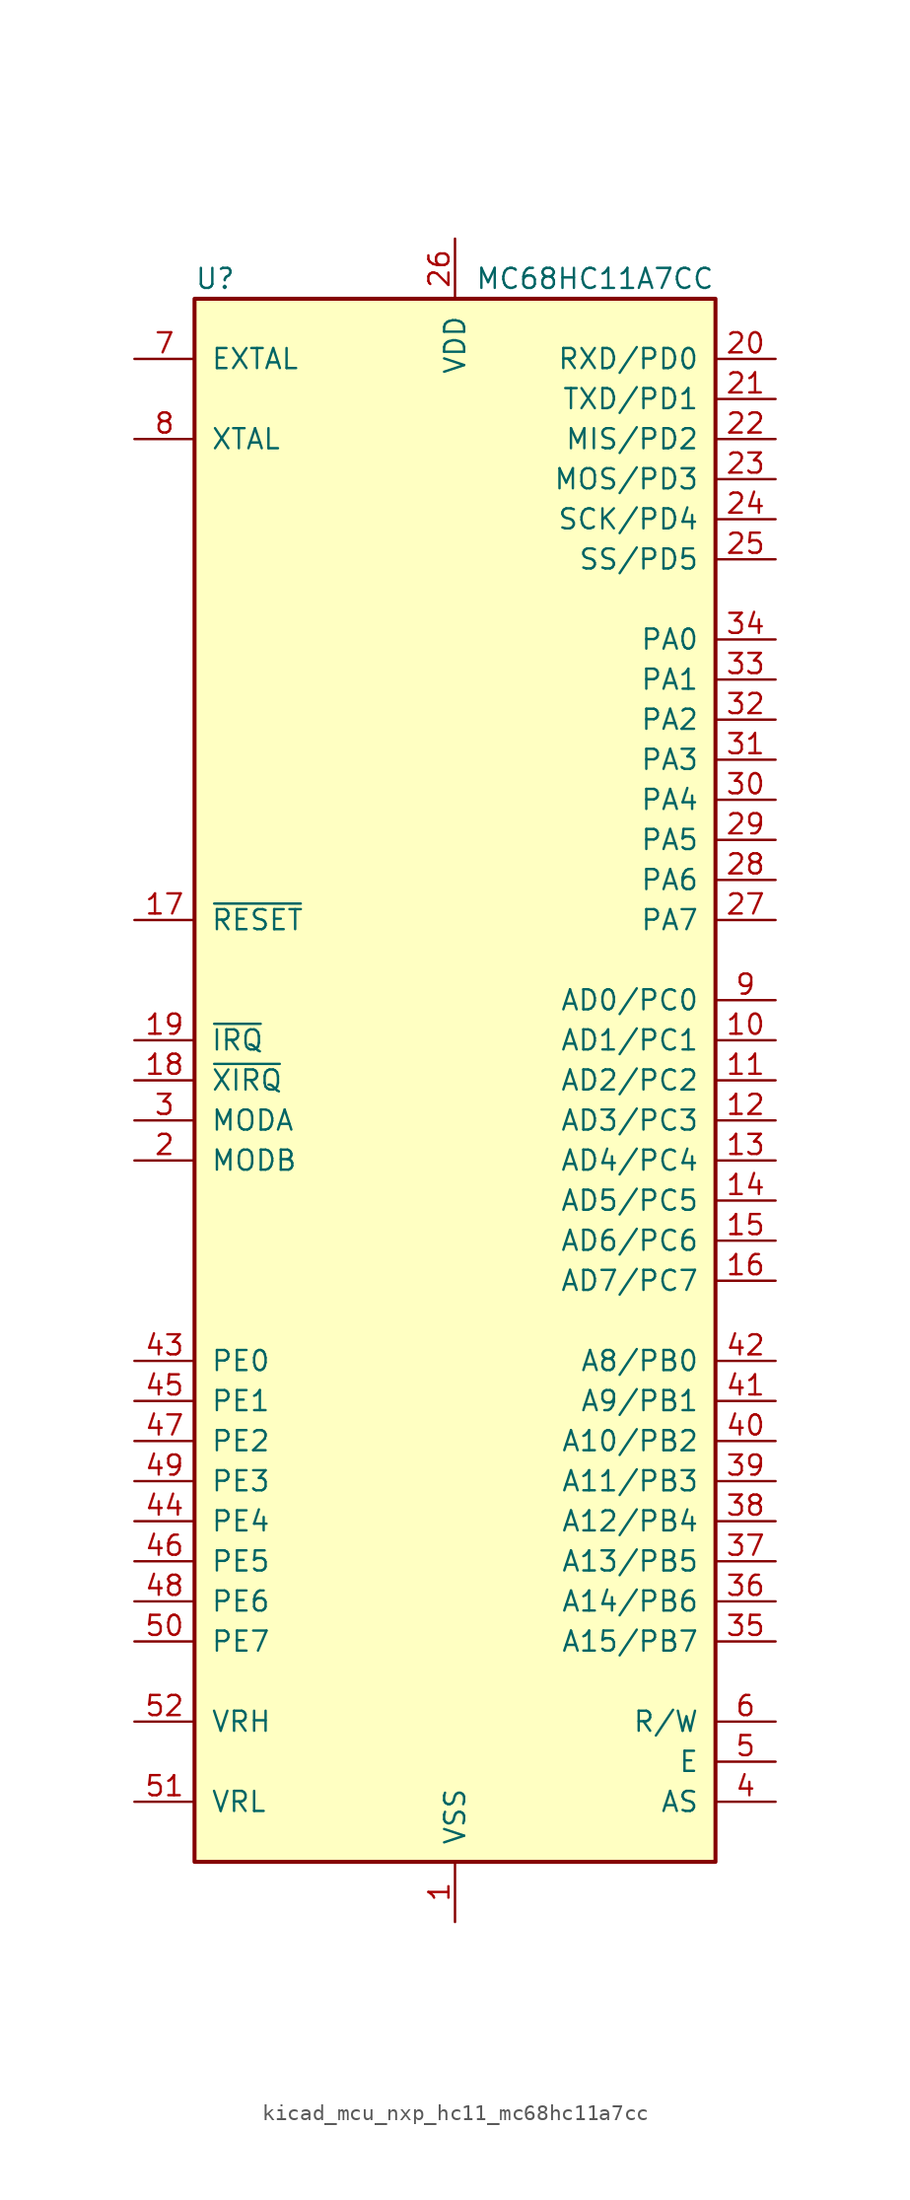
<source format=kicad_sym>
(kicad_symbol_lib
  (version 20220914)
  (generator kicad_symbol_editor)
  (symbol "kicad_mcu_nxp_hc11_mc68hc11a7cc"
    (pin_names
      (offset 1.016))
    (property "Reference" "U"
      (at -16.51 50.8 0)
      (effects (font (size 1.27 1.27)) (justify left)))
    (property "Value" "MC68HC11A7CC"
      (at 1.27 50.8 0)
      (effects (font (size 1.27 1.27)) (justify left)))
    (symbol "kicad_mcu_nxp_hc11_mc68hc11a7cc_0_1"
      (rectangle (start -16.51 49.53) (end 16.51 -49.53) (stroke (width 0.254) (type default)) (fill (type background))))
    (symbol "kicad_mcu_nxp_hc11_mc68hc11a7cc_1_1"
      (pin power_in line (at 0 -53.34 90) (length 3.81) (name "VSS" (effects (font (size 1.27 1.27)))) (number "1" (effects (font (size 1.27 1.27)))))
      (pin bidirectional line (at 20.32 2.54 180) (length 3.81) (name "AD1/PC1" (effects (font (size 1.27 1.27)))) (number "10" (effects (font (size 1.27 1.27)))))
      (pin bidirectional line (at 20.32 0 180) (length 3.81) (name "AD2/PC2" (effects (font (size 1.27 1.27)))) (number "11" (effects (font (size 1.27 1.27)))))
      (pin bidirectional line (at 20.32 -2.54 180) (length 3.81) (name "AD3/PC3" (effects (font (size 1.27 1.27)))) (number "12" (effects (font (size 1.27 1.27)))))
      (pin bidirectional line (at 20.32 -5.08 180) (length 3.81) (name "AD4/PC4" (effects (font (size 1.27 1.27)))) (number "13" (effects (font (size 1.27 1.27)))))
      (pin bidirectional line (at 20.32 -7.62 180) (length 3.81) (name "AD5/PC5" (effects (font (size 1.27 1.27)))) (number "14" (effects (font (size 1.27 1.27)))))
      (pin bidirectional line (at 20.32 -10.16 180) (length 3.81) (name "AD6/PC6" (effects (font (size 1.27 1.27)))) (number "15" (effects (font (size 1.27 1.27)))))
      (pin bidirectional line (at 20.32 -12.7 180) (length 3.81) (name "AD7/PC7" (effects (font (size 1.27 1.27)))) (number "16" (effects (font (size 1.27 1.27)))))
      (pin input line (at -20.32 10.16 0) (length 3.81) (name "~{RESET}" (effects (font (size 1.27 1.27)))) (number "17" (effects (font (size 1.27 1.27)))))
      (pin input line (at -20.32 0 0) (length 3.81) (name "~{XIRQ}" (effects (font (size 1.27 1.27)))) (number "18" (effects (font (size 1.27 1.27)))))
      (pin input line (at -20.32 2.54 0) (length 3.81) (name "~{IRQ}" (effects (font (size 1.27 1.27)))) (number "19" (effects (font (size 1.27 1.27)))))
      (pin input line (at -20.32 -5.08 0) (length 3.81) (name "MODB" (effects (font (size 1.27 1.27)))) (number "2" (effects (font (size 1.27 1.27)))))
      (pin bidirectional line (at 20.32 45.72 180) (length 3.81) (name "RXD/PD0" (effects (font (size 1.27 1.27)))) (number "20" (effects (font (size 1.27 1.27)))))
      (pin bidirectional line (at 20.32 43.18 180) (length 3.81) (name "TXD/PD1" (effects (font (size 1.27 1.27)))) (number "21" (effects (font (size 1.27 1.27)))))
      (pin bidirectional line (at 20.32 40.64 180) (length 3.81) (name "MIS/PD2" (effects (font (size 1.27 1.27)))) (number "22" (effects (font (size 1.27 1.27)))))
      (pin bidirectional line (at 20.32 38.1 180) (length 3.81) (name "MOS/PD3" (effects (font (size 1.27 1.27)))) (number "23" (effects (font (size 1.27 1.27)))))
      (pin bidirectional line (at 20.32 35.56 180) (length 3.81) (name "SCK/PD4" (effects (font (size 1.27 1.27)))) (number "24" (effects (font (size 1.27 1.27)))))
      (pin bidirectional line (at 20.32 33.02 180) (length 3.81) (name "SS/PD5" (effects (font (size 1.27 1.27)))) (number "25" (effects (font (size 1.27 1.27)))))
      (pin power_in line (at 0 53.34 270) (length 3.81) (name "VDD" (effects (font (size 1.27 1.27)))) (number "26" (effects (font (size 1.27 1.27)))))
      (pin bidirectional line (at 20.32 10.16 180) (length 3.81) (name "PA7" (effects (font (size 1.27 1.27)))) (number "27" (effects (font (size 1.27 1.27)))))
      (pin output line (at 20.32 12.7 180) (length 3.81) (name "PA6" (effects (font (size 1.27 1.27)))) (number "28" (effects (font (size 1.27 1.27)))))
      (pin output line (at 20.32 15.24 180) (length 3.81) (name "PA5" (effects (font (size 1.27 1.27)))) (number "29" (effects (font (size 1.27 1.27)))))
      (pin bidirectional line (at -20.32 -2.54 0) (length 3.81) (name "MODA" (effects (font (size 1.27 1.27)))) (number "3" (effects (font (size 1.27 1.27)))))
      (pin output line (at 20.32 17.78 180) (length 3.81) (name "PA4" (effects (font (size 1.27 1.27)))) (number "30" (effects (font (size 1.27 1.27)))))
      (pin output line (at 20.32 20.32 180) (length 3.81) (name "PA3" (effects (font (size 1.27 1.27)))) (number "31" (effects (font (size 1.27 1.27)))))
      (pin input line (at 20.32 22.86 180) (length 3.81) (name "PA2" (effects (font (size 1.27 1.27)))) (number "32" (effects (font (size 1.27 1.27)))))
      (pin input line (at 20.32 25.4 180) (length 3.81) (name "PA1" (effects (font (size 1.27 1.27)))) (number "33" (effects (font (size 1.27 1.27)))))
      (pin input line (at 20.32 27.94 180) (length 3.81) (name "PA0" (effects (font (size 1.27 1.27)))) (number "34" (effects (font (size 1.27 1.27)))))
      (pin output line (at 20.32 -35.56 180) (length 3.81) (name "A15/PB7" (effects (font (size 1.27 1.27)))) (number "35" (effects (font (size 1.27 1.27)))))
      (pin output line (at 20.32 -33.02 180) (length 3.81) (name "A14/PB6" (effects (font (size 1.27 1.27)))) (number "36" (effects (font (size 1.27 1.27)))))
      (pin output line (at 20.32 -30.48 180) (length 3.81) (name "A13/PB5" (effects (font (size 1.27 1.27)))) (number "37" (effects (font (size 1.27 1.27)))))
      (pin output line (at 20.32 -27.94 180) (length 3.81) (name "A12/PB4" (effects (font (size 1.27 1.27)))) (number "38" (effects (font (size 1.27 1.27)))))
      (pin output line (at 20.32 -25.4 180) (length 3.81) (name "A11/PB3" (effects (font (size 1.27 1.27)))) (number "39" (effects (font (size 1.27 1.27)))))
      (pin output line (at 20.32 -45.72 180) (length 3.81) (name "AS" (effects (font (size 1.27 1.27)))) (number "4" (effects (font (size 1.27 1.27)))))
      (pin output line (at 20.32 -22.86 180) (length 3.81) (name "A10/PB2" (effects (font (size 1.27 1.27)))) (number "40" (effects (font (size 1.27 1.27)))))
      (pin output line (at 20.32 -20.32 180) (length 3.81) (name "A9/PB1" (effects (font (size 1.27 1.27)))) (number "41" (effects (font (size 1.27 1.27)))))
      (pin output line (at 20.32 -17.78 180) (length 3.81) (name "A8/PB0" (effects (font (size 1.27 1.27)))) (number "42" (effects (font (size 1.27 1.27)))))
      (pin input line (at -20.32 -17.78 0) (length 3.81) (name "PE0" (effects (font (size 1.27 1.27)))) (number "43" (effects (font (size 1.27 1.27)))))
      (pin input line (at -20.32 -27.94 0) (length 3.81) (name "PE4" (effects (font (size 1.27 1.27)))) (number "44" (effects (font (size 1.27 1.27)))))
      (pin input line (at -20.32 -20.32 0) (length 3.81) (name "PE1" (effects (font (size 1.27 1.27)))) (number "45" (effects (font (size 1.27 1.27)))))
      (pin input line (at -20.32 -30.48 0) (length 3.81) (name "PE5" (effects (font (size 1.27 1.27)))) (number "46" (effects (font (size 1.27 1.27)))))
      (pin input line (at -20.32 -22.86 0) (length 3.81) (name "PE2" (effects (font (size 1.27 1.27)))) (number "47" (effects (font (size 1.27 1.27)))))
      (pin input line (at -20.32 -33.02 0) (length 3.81) (name "PE6" (effects (font (size 1.27 1.27)))) (number "48" (effects (font (size 1.27 1.27)))))
      (pin input line (at -20.32 -25.4 0) (length 3.81) (name "PE3" (effects (font (size 1.27 1.27)))) (number "49" (effects (font (size 1.27 1.27)))))
      (pin output line (at 20.32 -43.18 180) (length 3.81) (name "E" (effects (font (size 1.27 1.27)))) (number "5" (effects (font (size 1.27 1.27)))))
      (pin input line (at -20.32 -35.56 0) (length 3.81) (name "PE7" (effects (font (size 1.27 1.27)))) (number "50" (effects (font (size 1.27 1.27)))))
      (pin input line (at -20.32 -45.72 0) (length 3.81) (name "VRL" (effects (font (size 1.27 1.27)))) (number "51" (effects (font (size 1.27 1.27)))))
      (pin input line (at -20.32 -40.64 0) (length 3.81) (name "VRH" (effects (font (size 1.27 1.27)))) (number "52" (effects (font (size 1.27 1.27)))))
      (pin output line (at 20.32 -40.64 180) (length 3.81) (name "R/W" (effects (font (size 1.27 1.27)))) (number "6" (effects (font (size 1.27 1.27)))))
      (pin input line (at -20.32 45.72 0) (length 3.81) (name "EXTAL" (effects (font (size 1.27 1.27)))) (number "7" (effects (font (size 1.27 1.27)))))
      (pin output line (at -20.32 40.64 0) (length 3.81) (name "XTAL" (effects (font (size 1.27 1.27)))) (number "8" (effects (font (size 1.27 1.27)))))
      (pin bidirectional line (at 20.32 5.08 180) (length 3.81) (name "AD0/PC0" (effects (font (size 1.27 1.27)))) (number "9" (effects (font (size 1.27 1.27))))))))
</source>
